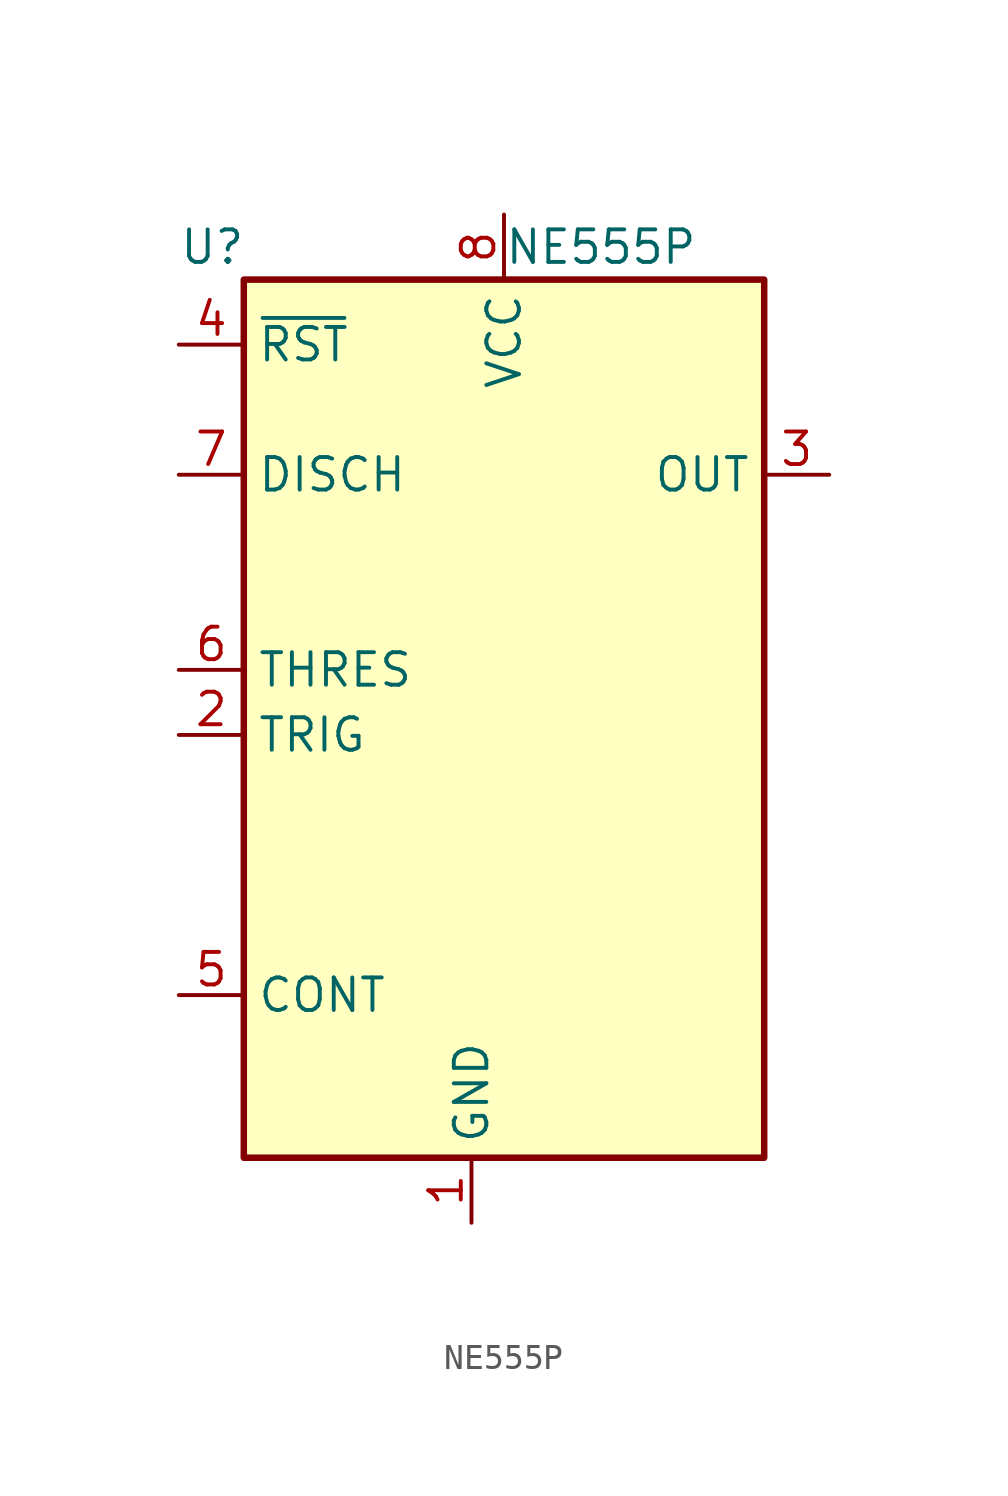
<source format=kicad_sym>
(kicad_symbol_lib
  (version 20241209)
  (generator "kicad_symbol_editor")
  (generator_version "9.0")
  (symbol "NE555P"
    (property "Reference" "U"
      (at -12.7 17.78 0)
      (effects (font (size 1.27 1.27)) (justify left)))
    (property "Value" "NE555P"
      (at 0 17.78 0)
      (effects (font (size 1.27 1.27)) (justify left)))
    (symbol "NE555P_0_0"
      (pin power_in line (at -1.27 -20.32 90) (length 2.54) (name "GND" (effects (font (size 1.27 1.27)))) (number "1" (effects (font (size 1.27 1.27)))))
      (pin power_in line (at 0 19.05 270) (length 2.54) (name "VCC" (effects (font (size 1.27 1.27)))) (number "8" (effects (font (size 1.27 1.27))))))
    (symbol "NE555P_0_1"
      (rectangle (start -10.16 16.51) (end 10.16 -17.78) (stroke (width 0.254) (type default)) (fill (type background))))
    (symbol "NE555P_1_1"
      (pin input line (at -12.7 13.97 0) (length 2.54) (name "~{RST}" (effects (font (size 1.27 1.27)))) (number "4" (effects (font (size 1.27 1.27)))))
      (pin input line (at -12.7 8.89 0) (length 2.54) (name "DISCH" (effects (font (size 1.27 1.27)))) (number "7" (effects (font (size 1.27 1.27)))))
      (pin input line (at -12.7 1.27 0) (length 2.54) (name "THRES" (effects (font (size 1.27 1.27)))) (number "6" (effects (font (size 1.27 1.27)))))
      (pin input line (at -12.7 -1.27 0) (length 2.54) (name "TRIG" (effects (font (size 1.27 1.27)))) (number "2" (effects (font (size 1.27 1.27)))))
      (pin open_collector line (at -12.7 -11.43 0) (length 2.54) (name "CONT" (effects (font (size 1.27 1.27)))) (number "5" (effects (font (size 1.27 1.27)))))
      (pin output line (at 12.7 8.89 180) (length 2.54) (name "OUT" (effects (font (size 1.27 1.27)))) (number "3" (effects (font (size 1.27 1.27))))))))
</source>
